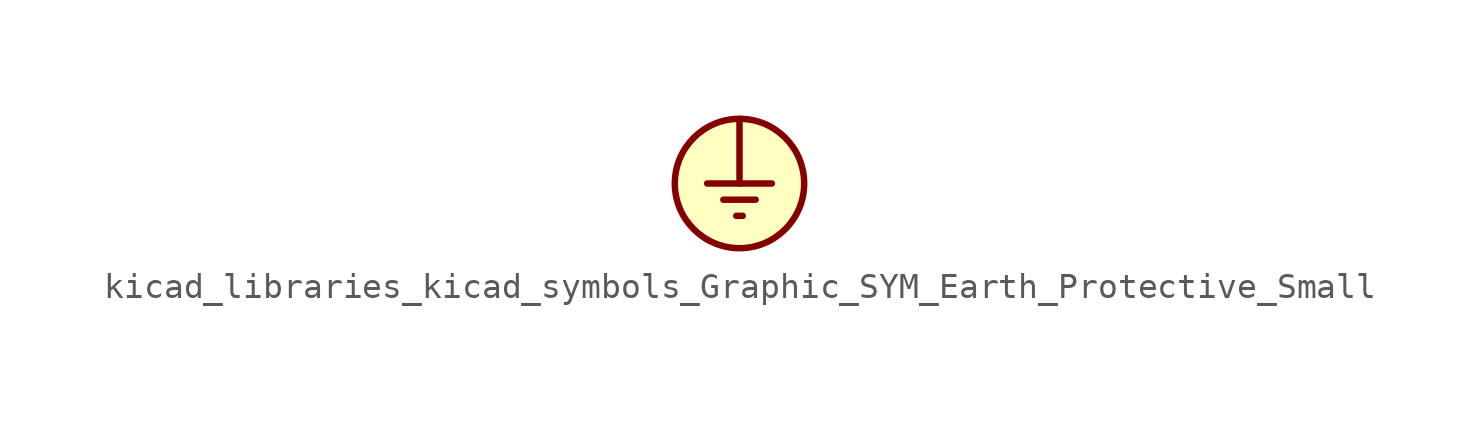
<source format=kicad_sym>
(kicad_symbol_lib
  (version 20220914)
  (generator kicad_symbol_editor)
  (symbol "kicad_libraries_kicad_symbols_Graphic_SYM_Earth_Protective_Small"
    (property "Reference" "#SYM"
      (at 0 3.81 0)
      (effects (font (size 1.27 1.27)) hide))
    (symbol "kicad_libraries_kicad_symbols_Graphic_SYM_Earth_Protective_Small_0_1"
      (polyline (pts (xy -0.635 -0.635) (xy 0.635 -0.635)) (stroke (width 0.254) (type default)) (fill (type none)))
      (polyline (pts (xy -0.127 -1.27) (xy 0.127 -1.27)) (stroke (width 0.254) (type default)) (fill (type none)))
      (polyline (pts (xy 0 0) (xy 0 2.54)) (stroke (width 0.254) (type default)) (fill (type none)))
      (polyline (pts (xy 1.27 0) (xy -1.27 0)) (stroke (width 0.254) (type default)) (fill (type none)))
      (circle (center 0 0) (radius 2.54) (stroke (width 0.254) (type default)) (fill (type background))))))
</source>
